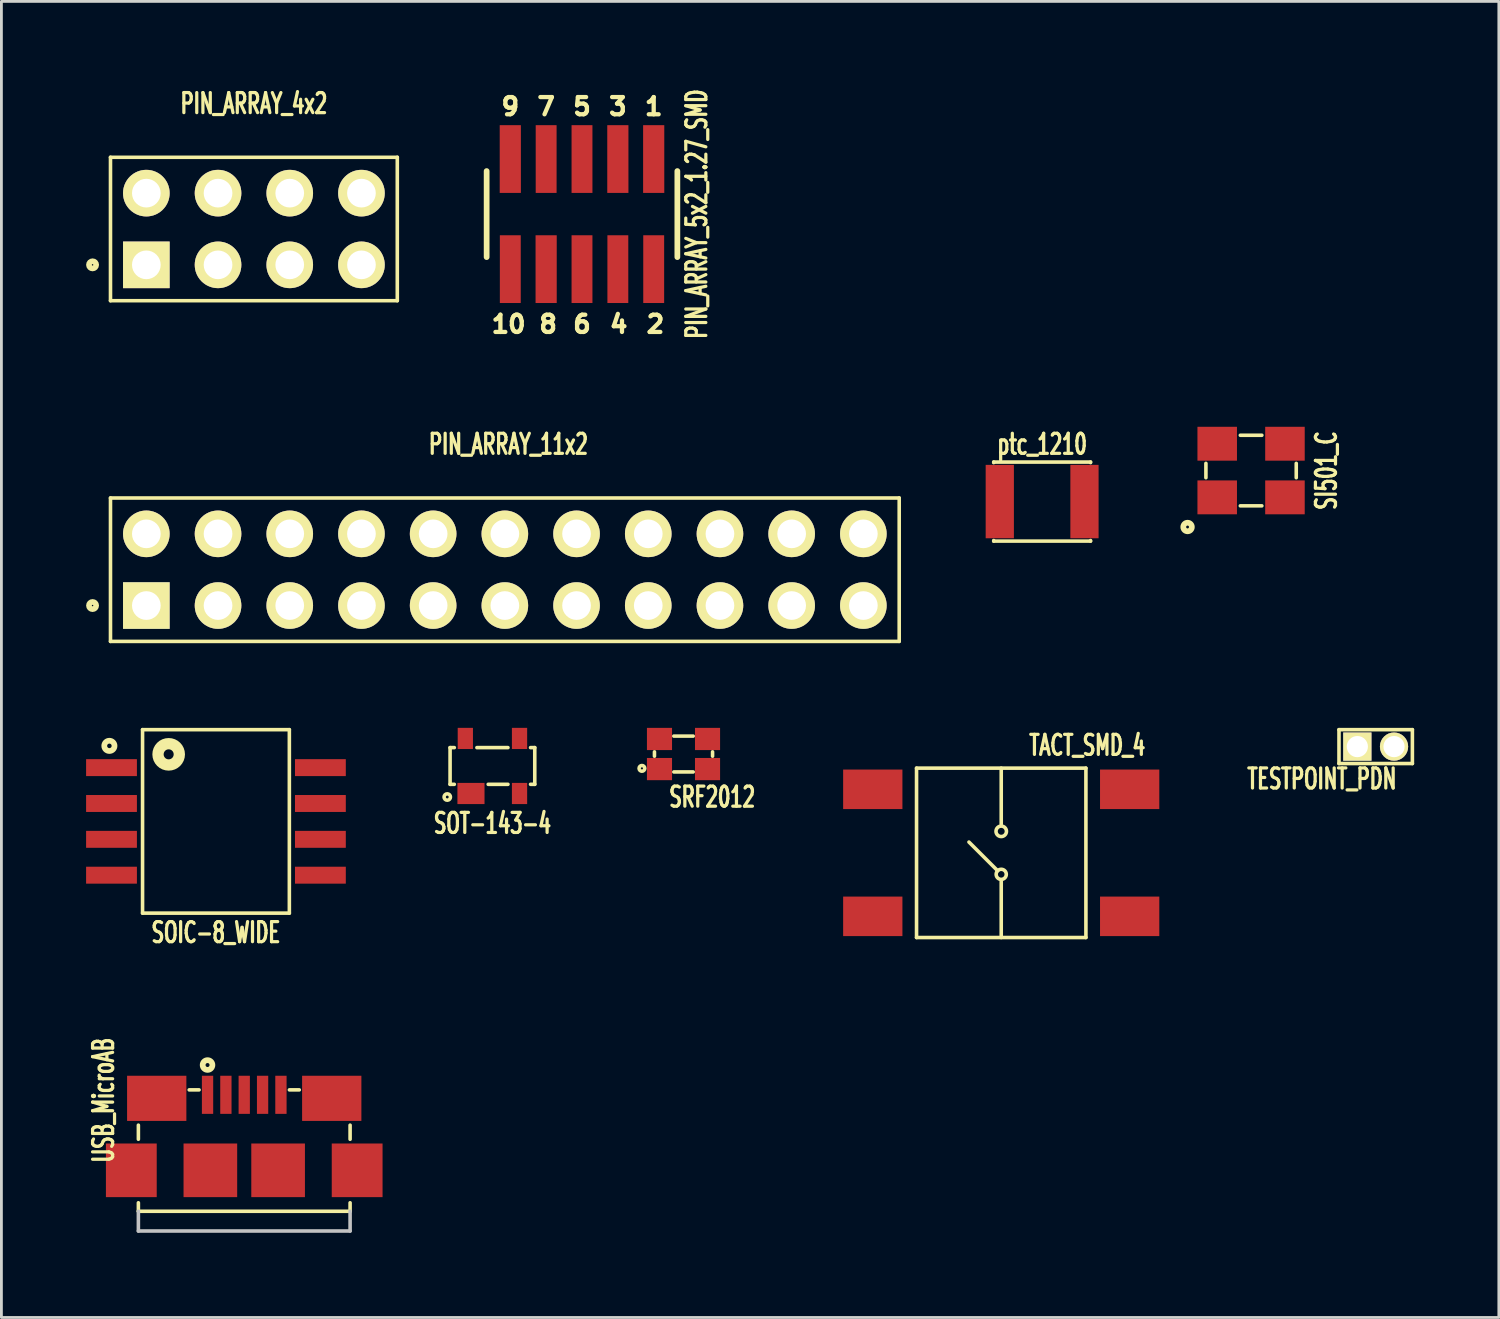
<source format=kicad_pcb>
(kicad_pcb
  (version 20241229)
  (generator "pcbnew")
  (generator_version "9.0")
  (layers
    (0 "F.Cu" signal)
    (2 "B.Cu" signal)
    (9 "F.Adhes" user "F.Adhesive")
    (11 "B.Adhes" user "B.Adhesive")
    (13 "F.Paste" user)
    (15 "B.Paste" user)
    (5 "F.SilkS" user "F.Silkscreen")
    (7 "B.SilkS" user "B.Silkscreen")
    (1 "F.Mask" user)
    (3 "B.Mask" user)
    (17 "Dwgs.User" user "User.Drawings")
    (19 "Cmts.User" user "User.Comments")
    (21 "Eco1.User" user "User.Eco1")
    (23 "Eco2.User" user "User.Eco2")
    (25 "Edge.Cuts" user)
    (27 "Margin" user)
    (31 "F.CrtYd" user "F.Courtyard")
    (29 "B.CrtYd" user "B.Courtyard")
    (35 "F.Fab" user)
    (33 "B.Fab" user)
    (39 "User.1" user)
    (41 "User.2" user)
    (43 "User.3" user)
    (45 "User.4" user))
  (footprint "PIN_ARRAY_11x2"
    (layer "F.Cu")
    (at 14.834 17.131)
    (property "Reference" "PIN_ARRAY_11x2" (at 0.127 -4.445 0) (layer "F.SilkS") (effects (font (size 0.711 0.457) (thickness 0.114))))
    (attr through_hole)
    (fp_line (start -13.97 -2.54) (end -13.97 2.54) (stroke (width 0.127) (type solid)) (layer "F.SilkS"))
    (fp_line (start -13.97 -2.54) (end 13.97 -2.54) (stroke (width 0.127) (type solid)) (layer "F.SilkS"))
    (fp_line (start -13.97 2.54) (end 13.97 2.54) (stroke (width 0.127) (type solid)) (layer "F.SilkS"))
    (fp_line (start 13.97 -2.54) (end 13.97 2.54) (stroke (width 0.127) (type solid)) (layer "F.SilkS"))
    (fp_circle (center -14.605 1.27) (end -14.605 1.143) (stroke (width 0.203) (type solid)) (fill no) (layer "F.SilkS"))
    (pad "1" thru_hole rect (at -12.7 1.27) (size 1.651 1.651) (drill 1.016) (layers "*.Cu" "*.Mask" "F.SilkS"))
    (pad "2" thru_hole circle (at -12.7 -1.27) (size 1.651 1.651) (drill 1.016) (layers "*.Cu" "*.Mask" "F.SilkS"))
    (pad "3" thru_hole circle (at -10.16 1.27) (size 1.651 1.651) (drill 1.016) (layers "*.Cu" "*.Mask" "F.SilkS"))
    (pad "4" thru_hole circle (at -10.16 -1.27) (size 1.651 1.651) (drill 1.016) (layers "*.Cu" "*.Mask" "F.SilkS"))
    (pad "5" thru_hole circle (at -7.62 1.27) (size 1.651 1.651) (drill 1.016) (layers "*.Cu" "*.Mask" "F.SilkS"))
    (pad "6" thru_hole circle (at -7.62 -1.27) (size 1.651 1.651) (drill 1.016) (layers "*.Cu" "*.Mask" "F.SilkS"))
    (pad "7" thru_hole circle (at -5.08 1.27) (size 1.651 1.651) (drill 1.016) (layers "*.Cu" "*.Mask" "F.SilkS"))
    (pad "8" thru_hole circle (at -5.08 -1.27) (size 1.651 1.651) (drill 1.016) (layers "*.Cu" "*.Mask" "F.SilkS"))
    (pad "9" thru_hole circle (at -2.54 1.27) (size 1.651 1.651) (drill 1.016) (layers "*.Cu" "*.Mask" "F.SilkS"))
    (pad "10" thru_hole circle (at -2.54 -1.27) (size 1.651 1.651) (drill 1.016) (layers "*.Cu" "*.Mask" "F.SilkS"))
    (pad "11" thru_hole circle (at 0 1.27) (size 1.651 1.651) (drill 1.016) (layers "*.Cu" "*.Mask" "F.SilkS"))
    (pad "12" thru_hole circle (at 0 -1.27) (size 1.651 1.651) (drill 1.016) (layers "*.Cu" "*.Mask" "F.SilkS"))
    (pad "13" thru_hole circle (at 2.54 1.27) (size 1.651 1.651) (drill 1.016) (layers "*.Cu" "*.Mask" "F.SilkS"))
    (pad "14" thru_hole circle (at 2.54 -1.27) (size 1.651 1.651) (drill 1.016) (layers "*.Cu" "*.Mask" "F.SilkS"))
    (pad "15" thru_hole circle (at 5.08 1.27) (size 1.651 1.651) (drill 1.016) (layers "*.Cu" "*.Mask" "F.SilkS"))
    (pad "16" thru_hole circle (at 5.08 -1.27) (size 1.651 1.651) (drill 1.016) (layers "*.Cu" "*.Mask" "F.SilkS"))
    (pad "17" thru_hole circle (at 7.62 1.27) (size 1.651 1.651) (drill 1.016) (layers "*.Cu" "*.Mask" "F.SilkS"))
    (pad "18" thru_hole circle (at 7.62 -1.27) (size 1.651 1.651) (drill 1.016) (layers "*.Cu" "*.Mask" "F.SilkS"))
    (pad "19" thru_hole circle (at 10.16 1.27) (size 1.651 1.651) (drill 1.016) (layers "*.Cu" "*.Mask" "F.SilkS"))
    (pad "20" thru_hole circle (at 10.16 -1.27) (size 1.651 1.651) (drill 1.016) (layers "*.Cu" "*.Mask" "F.SilkS"))
    (pad "21" thru_hole circle (at 12.7 1.27) (size 1.651 1.651) (drill 1.016) (layers "*.Cu" "*.Mask" "F.SilkS"))
    (pad "22" thru_hole circle (at 12.7 -1.27) (size 1.651 1.651) (drill 1.016) (layers "*.Cu" "*.Mask" "F.SilkS")))
  (footprint "SRF2012"
    (layer "F.Cu")
    (at 21.163 23.661)
    (property "Reference" "SRF2012" (at 1.016 1.524 0) (layer "F.SilkS") (effects (font (size 0.711 0.457) (thickness 0.114))))
    (attr through_hole)
    (fp_line (start -1.029 -0.076) (end -1.029 0.076) (stroke (width 0.127) (type solid)) (layer "F.SilkS"))
    (fp_line (start -0.343 -0.635) (end 0.343 -0.635) (stroke (width 0.127) (type solid)) (layer "F.SilkS"))
    (fp_line (start -0.343 0.635) (end 0.343 0.635) (stroke (width 0.127) (type solid)) (layer "F.SilkS"))
    (fp_line (start 1.029 -0.076) (end 1.029 0.076) (stroke (width 0.127) (type solid)) (layer "F.SilkS"))
    (fp_circle (center -1.473 0.508) (end -1.473 0.47) (stroke (width 0.127) (type solid)) (fill no) (layer "F.SilkS"))
    (pad "1" smd rect (at -0.851 0.533) (size 0.889 0.787) (layers "F.Cu" "F.Mask" "F.Paste"))
    (pad "2" smd rect (at 0.851 0.533) (size 0.889 0.787) (layers "F.Cu" "F.Mask" "F.Paste"))
    (pad "3" smd rect (at 0.851 -0.533) (size 0.889 0.787) (layers "F.Cu" "F.Mask" "F.Paste"))
    (pad "4" smd rect (at -0.851 -0.533) (size 0.889 0.787) (layers "F.Cu" "F.Mask" "F.Paste")))
  (footprint "SI501_C"
    (layer "F.Cu")
    (at 41.269 13.619)
    (property "Reference" "SI501_C" (at 2.667 0 90) (layer "F.SilkS") (effects (font (size 0.711 0.457) (thickness 0.114))))
    (attr through_hole)
    (fp_line (start -1.6 -0.254) (end -1.6 0.254) (stroke (width 0.127) (type solid)) (layer "F.SilkS"))
    (fp_line (start -0.381 -1.25) (end 0.381 -1.25) (stroke (width 0.127) (type solid)) (layer "F.SilkS"))
    (fp_line (start -0.381 1.25) (end 0.381 1.25) (stroke (width 0.127) (type solid)) (layer "F.SilkS"))
    (fp_line (start 1.6 -0.254) (end 1.6 0.254) (stroke (width 0.127) (type solid)) (layer "F.SilkS"))
    (fp_circle (center -2.25 2) (end -2.25 2.05) (stroke (width 0.203) (type solid)) (fill no) (layer "F.SilkS"))
    (pad "1" smd rect (at -1.2 0.95) (size 1.4 1.2) (layers "F.Cu" "F.Mask" "F.Paste"))
    (pad "2" smd rect (at 1.2 0.95) (size 1.4 1.2) (layers "F.Cu" "F.Mask" "F.Paste"))
    (pad "3" smd rect (at 1.2 -0.95) (size 1.4 1.2) (layers "F.Cu" "F.Mask" "F.Paste"))
    (pad "4" smd rect (at -1.2 -0.95) (size 1.4 1.2) (layers "F.Cu" "F.Mask" "F.Paste")))
  (footprint "PIN_ARRAY_4x2"
    (layer "F.Cu")
    (at 5.944 5.062)
    (property "Reference" "PIN_ARRAY_4x2" (at 0 -4.445 0) (layer "F.SilkS") (effects (font (size 0.711 0.457) (thickness 0.114))))
    (attr through_hole)
    (fp_line (start -5.08 -2.54) (end 5.08 -2.54) (stroke (width 0.127) (type solid)) (layer "F.SilkS"))
    (fp_line (start -5.08 2.54) (end -5.08 -2.54) (stroke (width 0.127) (type solid)) (layer "F.SilkS"))
    (fp_line (start 5.08 -2.54) (end 5.08 2.54) (stroke (width 0.127) (type solid)) (layer "F.SilkS"))
    (fp_line (start 5.08 2.54) (end -5.08 2.54) (stroke (width 0.127) (type solid)) (layer "F.SilkS"))
    (fp_circle (center -5.715 1.27) (end -5.715 1.143) (stroke (width 0.203) (type solid)) (fill no) (layer "F.SilkS"))
    (pad "1" thru_hole rect (at -3.81 1.27) (size 1.651 1.651) (drill 1.016) (layers "*.Cu" "*.Mask" "F.SilkS"))
    (pad "2" thru_hole circle (at -3.81 -1.27) (size 1.651 1.651) (drill 1.016) (layers "*.Cu" "*.Mask" "F.SilkS"))
    (pad "3" thru_hole circle (at -1.27 1.27) (size 1.651 1.651) (drill 1.016) (layers "*.Cu" "*.Mask" "F.SilkS"))
    (pad "4" thru_hole circle (at -1.27 -1.27) (size 1.651 1.651) (drill 1.016) (layers "*.Cu" "*.Mask" "F.SilkS"))
    (pad "5" thru_hole circle (at 1.27 1.27) (size 1.651 1.651) (drill 1.016) (layers "*.Cu" "*.Mask" "F.SilkS"))
    (pad "6" thru_hole circle (at 1.27 -1.27) (size 1.651 1.651) (drill 1.016) (layers "*.Cu" "*.Mask" "F.SilkS"))
    (pad "7" thru_hole circle (at 3.81 1.27) (size 1.651 1.651) (drill 1.016) (layers "*.Cu" "*.Mask" "F.SilkS"))
    (pad "8" thru_hole circle (at 3.81 -1.27) (size 1.651 1.651) (drill 1.016) (layers "*.Cu" "*.Mask" "F.SilkS")))
  (footprint "SOIC-8_WIDE"
    (layer "F.Cu")
    (at 4.6 26.048)
    (property "Reference" "SOIC-8_WIDE" (at 0 3.937 0) (layer "F.SilkS") (effects (font (size 0.711 0.457) (thickness 0.114))))
    (attr through_hole)
    (fp_line (start -2.6 -3.25) (end -2.6 3.25) (stroke (width 0.127) (type solid)) (layer "F.SilkS"))
    (fp_line (start -2.6 3.25) (end 2.6 3.25) (stroke (width 0.127) (type solid)) (layer "F.SilkS"))
    (fp_line (start 2.6 -3.25) (end -2.6 -3.25) (stroke (width 0.127) (type solid)) (layer "F.SilkS"))
    (fp_line (start 2.6 -3.25) (end 2.6 3.25) (stroke (width 0.127) (type solid)) (layer "F.SilkS"))
    (fp_circle (center -3.775 -2.676) (end -3.8 -2.6) (stroke (width 0.203) (type solid)) (fill no) (layer "F.SilkS"))
    (fp_circle (center -1.675 -2.376) (end -1.7 -2.2) (stroke (width 0.4) (type solid)) (fill no) (layer "F.SilkS"))
    (pad "1" smd rect (at -3.7 -1.905 270) (size 0.6 1.8) (layers "F.Cu" "F.Mask" "F.Paste"))
    (pad "2" smd rect (at -3.7 -0.635 270) (size 0.6 1.8) (layers "F.Cu" "F.Mask" "F.Paste"))
    (pad "3" smd rect (at -3.7 0.635 270) (size 0.6 1.8) (layers "F.Cu" "F.Mask" "F.Paste"))
    (pad "4" smd rect (at -3.7 1.905 270) (size 0.6 1.8) (layers "F.Cu" "F.Mask" "F.Paste"))
    (pad "5" smd rect (at 3.7 1.905 270) (size 0.6 1.8) (layers "F.Cu" "F.Mask" "F.Paste"))
    (pad "6" smd rect (at 3.7 0.635 270) (size 0.6 1.8) (layers "F.Cu" "F.Mask" "F.Paste"))
    (pad "7" smd rect (at 3.7 -0.635 270) (size 0.6 1.8) (layers "F.Cu" "F.Mask" "F.Paste"))
    (pad "8" smd rect (at 3.7 -1.905 270) (size 0.6 1.8) (layers "F.Cu" "F.Mask" "F.Paste")))
  (footprint "TACT_SMD_4"
    (layer "F.Cu")
    (at 32.418 27.161)
    (property "Reference" "TACT_SMD_4" (at 3.048 -3.81 0) (layer "F.SilkS") (effects (font (size 0.711 0.457) (thickness 0.114))))
    (attr through_hole)
    (fp_line (start -3 -3) (end 3 -3) (stroke (width 0.127) (type solid)) (layer "F.SilkS"))
    (fp_line (start -3 3) (end -3 -3) (stroke (width 0.127) (type solid)) (layer "F.SilkS"))
    (fp_line (start -1.143 -0.381) (end -0.127 0.635) (stroke (width 0.127) (type solid)) (layer "F.SilkS"))
    (fp_line (start 0 -3) (end 0 -1.016) (stroke (width 0.127) (type solid)) (layer "F.SilkS"))
    (fp_line (start 0 1.016) (end 0 3) (stroke (width 0.127) (type solid)) (layer "F.SilkS"))
    (fp_line (start 3 -3) (end 3 3) (stroke (width 0.127) (type solid)) (layer "F.SilkS"))
    (fp_line (start 3 3) (end -3 3) (stroke (width 0.127) (type solid)) (layer "F.SilkS"))
    (fp_circle (center 0 -0.762) (end 0.127 -0.627) (stroke (width 0.127) (type solid)) (fill no) (layer "F.SilkS"))
    (fp_circle (center 0 0.762) (end 0.127 0.889) (stroke (width 0.127) (type solid)) (fill no) (layer "F.SilkS"))
    (pad "1" smd rect (at 4.55 -2.25) (size 2.1 1.4) (layers "F.Cu" "F.Mask" "F.Paste"))
    (pad "2" smd rect (at 4.55 2.25) (size 2.1 1.4) (layers "F.Cu" "F.Mask" "F.Paste"))
    (pad "3" smd rect (at -4.55 -2.25) (size 2.1 1.4) (layers "F.Cu" "F.Mask" "F.Paste"))
    (pad "4" smd rect (at -4.55 2.25) (size 2.1 1.4) (layers "F.Cu" "F.Mask" "F.Paste")))
  (footprint "PIN_ARRAY_5x2_1.27_SMD"
    (layer "F.Cu")
    (at 17.567 4.534)
    (property "Reference" "PIN_ARRAY_5x2_1.27_SMD" (at 4.064 0 90) (layer "F.SilkS") (effects (font (size 0.711 0.457) (thickness 0.114))))
    (attr through_hole)
    (fp_line (start -3.378 -1.524) (end -3.378 1.524) (stroke (width 0.203) (type solid)) (layer "F.SilkS"))
    (fp_line (start 3.378 1.524) (end 3.378 -1.524) (stroke (width 0.203) (type solid)) (layer "F.SilkS"))
    (fp_text user "3" (at 1.27 -3.81 0) (layer "F.SilkS") (effects (font (size 0.61 0.61) (thickness 0.152))))
    (fp_text user "7" (at -1.27 -3.81 0) (layer "F.SilkS") (effects (font (size 0.61 0.61) (thickness 0.152))))
    (fp_text user "4" (at 1.3 3.9 0) (layer "F.SilkS") (effects (font (size 0.61 0.61) (thickness 0.152))))
    (fp_text user "5" (at 0 -3.81 0) (layer "F.SilkS") (effects (font (size 0.61 0.61) (thickness 0.152))))
    (fp_text user "9" (at -2.54 -3.81 0) (layer "F.SilkS") (effects (font (size 0.61 0.61) (thickness 0.152))))
    (fp_text user "1" (at 2.54 -3.81 0) (layer "F.SilkS") (effects (font (size 0.61 0.61) (thickness 0.152))))
    (fp_text user "2" (at 2.6 3.9 0) (layer "F.SilkS") (effects (font (size 0.61 0.61) (thickness 0.152))))
    (fp_text user "8" (at -1.2 3.9 0) (layer "F.SilkS") (effects (font (size 0.61 0.61) (thickness 0.152))))
    (fp_text user "6" (at 0 3.9 0) (layer "F.SilkS") (effects (font (size 0.61 0.61) (thickness 0.152))))
    (fp_text user "10" (at -2.6 3.9 0) (layer "F.SilkS") (effects (font (size 0.61 0.61) (thickness 0.152))))
    (pad "1" smd rect (at 2.54 -1.95) (size 0.75 2.4) (layers "F.Cu" "F.Mask" "F.Paste"))
    (pad "2" smd rect (at 2.54 1.95) (size 0.74 2.4) (layers "F.Cu" "F.Mask" "F.Paste"))
    (pad "3" smd rect (at 1.27 -1.95) (size 0.75 2.4) (layers "F.Cu" "F.Mask" "F.Paste"))
    (pad "4" smd rect (at 1.27 1.95) (size 0.74 2.4) (layers "F.Cu" "F.Mask" "F.Paste"))
    (pad "5" smd rect (at 0 -1.95) (size 0.74 2.4) (layers "F.Cu" "F.Mask" "F.Paste"))
    (pad "6" smd rect (at 0 1.95) (size 0.74 2.4) (layers "F.Cu" "F.Mask" "F.Paste"))
    (pad "7" smd rect (at -1.27 -1.95) (size 0.74 2.4) (layers "F.Cu" "F.Mask" "F.Paste"))
    (pad "8" smd rect (at -1.27 1.95) (size 0.75 2.4) (layers "F.Cu" "F.Mask" "F.Paste"))
    (pad "9" smd rect (at -2.54 -1.95) (size 0.75 2.4) (layers "F.Cu" "F.Mask" "F.Paste"))
    (pad "10" smd rect (at -2.54 1.95) (size 0.74 2.4) (layers "F.Cu" "F.Mask" "F.Paste")))
  (footprint "ptc_1210"
    (layer "F.Cu")
    (at 33.867 14.718)
    (property "Reference" "ptc_1210" (at 0 -2.032 0) (layer "F.SilkS") (effects (font (size 0.711 0.457) (thickness 0.114))))
    (attr through_hole)
    (fp_line (start -1.715 -1.38) (end -1.715 -1.4) (stroke (width 0.127) (type solid)) (layer "F.SilkS"))
    (fp_line (start -1.715 1.4) (end -1.715 1.38) (stroke (width 0.127) (type solid)) (layer "F.SilkS"))
    (fp_line (start -1.715 1.4) (end 1.715 1.4) (stroke (width 0.127) (type solid)) (layer "F.SilkS"))
    (fp_line (start 1.715 -1.4) (end -1.715 -1.4) (stroke (width 0.127) (type solid)) (layer "F.SilkS"))
    (fp_line (start 1.715 -1.38) (end 1.715 -1.4) (stroke (width 0.127) (type solid)) (layer "F.SilkS"))
    (fp_line (start 1.715 1.4) (end 1.715 1.38) (stroke (width 0.127) (type solid)) (layer "F.SilkS"))
    (pad "1" smd rect (at 1.5 0) (size 1 2.6) (layers "F.Cu" "F.Mask" "F.Paste"))
    (pad "2" smd rect (at -1.5 0) (size 1 2.6) (layers "F.Cu" "F.Mask" "F.Paste")))
  (footprint "TESTPOINT_PDN"
    (layer "F.Cu")
    (at 45.683 23.398)
    (property "Reference" "TESTPOINT_PDN" (at -1.905 1.143 0) (layer "F.SilkS") (effects (font (size 0.711 0.457) (thickness 0.114))))
    (attr through_hole)
    (fp_line (start -1.3 -0.6) (end 1.3 -0.6) (stroke (width 0.127) (type solid)) (layer "F.SilkS"))
    (fp_line (start -1.3 0.6) (end -1.3 -0.6) (stroke (width 0.127) (type solid)) (layer "F.SilkS"))
    (fp_line (start 1.3 -0.6) (end 1.3 0.6) (stroke (width 0.127) (type solid)) (layer "F.SilkS"))
    (fp_line (start 1.3 0.6) (end -1.3 0.6) (stroke (width 0.127) (type solid)) (layer "F.SilkS"))
    (pad "1" thru_hole rect (at -0.65 0) (size 1 1) (drill 0.75) (layers "*.Cu" "*.Mask" "F.SilkS"))
    (pad "2" thru_hole circle (at 0.65 0) (size 1 1) (drill 0.75) (layers "*.Cu" "*.Mask" "F.SilkS")))
  (footprint "USB_MicroAB"
    (layer "F.Cu")
    (at 5.602 38.408)
    (property "Reference" "USB_MicroAB" (at -4.985 -2.482 90) (layer "F.SilkS") (effects (font (size 0.711 0.457) (thickness 0.114))))
    (attr smd)
    (fp_line (start -3.75 -1.6) (end -3.75 -1.1) (stroke (width 0.127) (type solid)) (layer "F.SilkS"))
    (fp_line (start -3.75 1.45) (end -3.75 1.15) (stroke (width 0.127) (type solid)) (layer "F.SilkS"))
    (fp_line (start -3.75 1.45) (end 3.75 1.45) (stroke (width 0.127) (type solid)) (layer "F.SilkS"))
    (fp_line (start -1.95 -2.85) (end -1.6 -2.85) (stroke (width 0.127) (type solid)) (layer "F.SilkS"))
    (fp_line (start 1.6 -2.85) (end 1.95 -2.85) (stroke (width 0.127) (type solid)) (layer "F.SilkS"))
    (fp_line (start 3.75 -1.6) (end 3.75 -1.1) (stroke (width 0.127) (type solid)) (layer "F.SilkS"))
    (fp_line (start 3.75 1.15) (end 3.75 1.45) (stroke (width 0.127) (type solid)) (layer "F.SilkS"))
    (fp_circle (center -1.3 -3.73) (end -1.25 -3.68) (stroke (width 0.203) (type solid)) (fill no) (layer "F.SilkS"))
    (fp_line (start -3.75 1.45) (end -3.75 2.15) (stroke (width 0.127) (type solid)) (layer "Dwgs.User"))
    (fp_line (start -3.75 2.15) (end 3.75 2.15) (stroke (width 0.127) (type solid)) (layer "Dwgs.User"))
    (fp_line (start 3.75 1.45) (end 3.75 2.15) (stroke (width 0.127) (type solid)) (layer "Dwgs.User"))
    (pad "1" smd rect (at -1.3 -2.675) (size 0.4 1.35) (layers "F.Cu" "F.Mask" "F.Paste"))
    (pad "2" smd rect (at -0.65 -2.675) (size 0.4 1.35) (layers "F.Cu" "F.Mask" "F.Paste"))
    (pad "3" smd rect (at 0 -2.675) (size 0.4 1.35) (layers "F.Cu" "F.Mask" "F.Paste"))
    (pad "4" smd rect (at 0.65 -2.675) (size 0.4 1.35) (layers "F.Cu" "F.Mask" "F.Paste"))
    (pad "5" smd rect (at 1.3 -2.675) (size 0.4 1.35) (layers "F.Cu" "F.Mask" "F.Paste"))
    (pad "6" smd rect (at -3.1 -2.55) (size 2.1 1.6) (layers "F.Cu" "F.Mask" "F.Paste"))
    (pad "6" smd rect (at 3.1 -2.55) (size 2.1 1.6) (layers "F.Cu" "F.Mask" "F.Paste"))
    (pad "7" smd rect (at -4 0) (size 1.8 1.9) (layers "F.Cu" "F.Mask" "F.Paste"))
    (pad "7" smd rect (at 4 0) (size 1.8 1.9) (layers "F.Cu" "F.Mask" "F.Paste"))
    (pad "8" smd rect (at -1.2 0) (size 1.9 1.9) (layers "F.Cu" "F.Mask" "F.Paste"))
    (pad "9" smd rect (at 1.2 0) (size 1.9 1.9) (layers "F.Cu" "F.Mask" "F.Paste")))
  (footprint "SOT-143-4"
    (layer "F.Cu")
    (at 14.394 24.084)
    (property "Reference" "SOT-143-4" (at 0 2.032 0) (layer "F.SilkS") (effects (font (size 0.711 0.457) (thickness 0.114))))
    (attr smd)
    (fp_line (start -1.5 -0.65) (end -1.5 0.65) (stroke (width 0.127) (type solid)) (layer "F.SilkS"))
    (fp_line (start -1.5 -0.65) (end -1.35 -0.65) (stroke (width 0.127) (type solid)) (layer "F.SilkS"))
    (fp_line (start -1.5 0.65) (end -1.35 0.65) (stroke (width 0.127) (type solid)) (layer "F.SilkS"))
    (fp_line (start -0.55 -0.65) (end 0.55 -0.65) (stroke (width 0.127) (type solid)) (layer "F.SilkS"))
    (fp_line (start -0.15 0.65) (end 0.55 0.65) (stroke (width 0.127) (type solid)) (layer "F.SilkS"))
    (fp_line (start 1.5 -0.65) (end 1.35 -0.65) (stroke (width 0.127) (type solid)) (layer "F.SilkS"))
    (fp_line (start 1.5 -0.65) (end 1.5 0.65) (stroke (width 0.127) (type solid)) (layer "F.SilkS"))
    (fp_line (start 1.5 0.65) (end 1.35 0.65) (stroke (width 0.127) (type solid)) (layer "F.SilkS"))
    (fp_circle (center -1.6 1.1) (end -1.55 1.1) (stroke (width 0.127) (type solid)) (fill no) (layer "F.SilkS"))
    (pad "1" smd rect (at -0.76 0.975) (size 0.96 0.75) (layers "F.Cu" "F.Mask" "F.Paste"))
    (pad "2" smd rect (at 0.96 0.975) (size 0.54 0.75) (layers "F.Cu" "F.Mask" "F.Paste"))
    (pad "3" smd rect (at 0.96 -0.975) (size 0.54 0.75) (layers "F.Cu" "F.Mask" "F.Paste"))
    (pad "4" smd rect (at -0.96 -0.975) (size 0.54 0.75) (layers "F.Cu" "F.Mask" "F.Paste")))
  (gr_rect
    (start -3 -3)
    (end 50.046 43.621)
    (stroke (width 0.1) (type default))
    (fill no)
    (layer "Edge.Cuts")))
</source>
